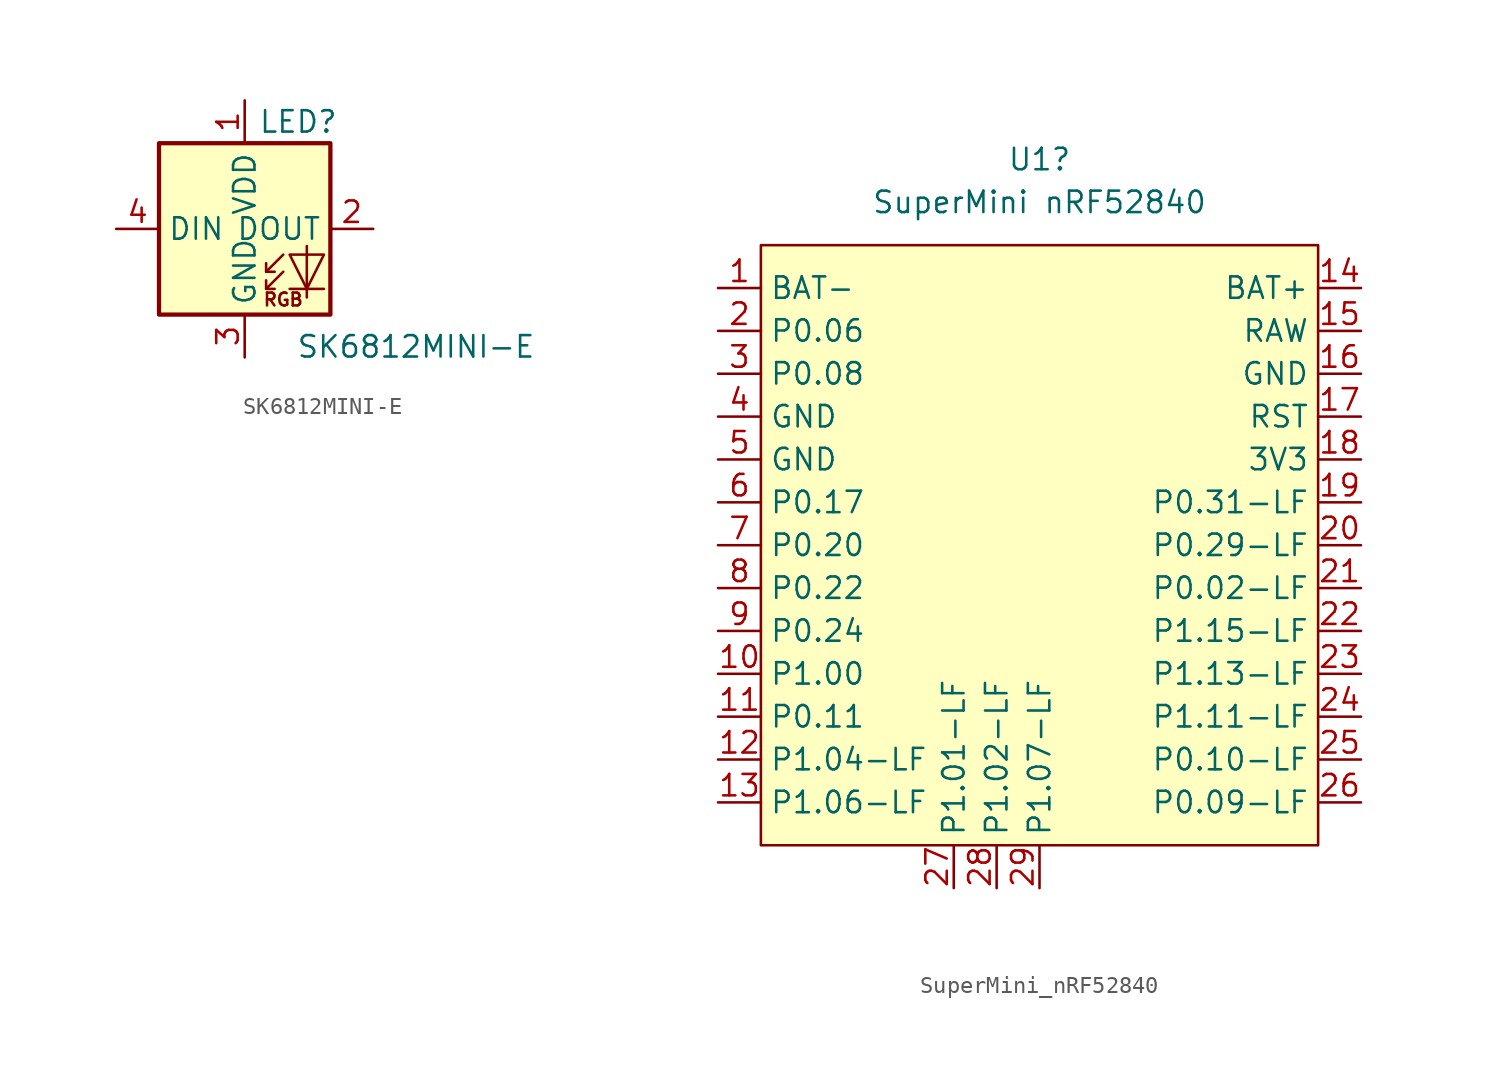
<source format=kicad_sym>
(kicad_symbol_lib
  (version 20231120)
  (generator "kicad_symbol_editor")
  (generator_version "8.0")
  (symbol "SK6812MINI-E"
    (property "Reference" "LED"
      (at 3.175 6.35 0)
      (effects (font (size 1.27 1.27))))
    (property "Value" "SK6812MINI-E"
      (at 10.16 -6.985 0)
      (effects (font (size 1.27 1.27))))
    (symbol "SK6812MINI-E_0_0"
      (text "RGB" (at 2.286 -4.191 0) (effects (font (size 0.762 0.762)))))
    (symbol "SK6812MINI-E_0_1"
      (rectangle (start -5.08 5.08) (end 5.08 -5.08) (stroke (width 0.254) (type default)) (fill (type background)))
      (polyline (pts (xy 1.27 -3.556) (xy 1.778 -3.556)) (stroke (width 0) (type default)) (fill (type none)))
      (polyline (pts (xy 1.27 -2.54) (xy 1.778 -2.54)) (stroke (width 0) (type default)) (fill (type none)))
      (polyline (pts (xy 4.699 -3.556) (xy 2.667 -3.556)) (stroke (width 0) (type default)) (fill (type none)))
      (polyline (pts (xy 2.286 -2.54) (xy 1.27 -3.556) (xy 1.27 -3.048)) (stroke (width 0) (type default)) (fill (type none)))
      (polyline (pts (xy 2.286 -1.524) (xy 1.27 -2.54) (xy 1.27 -2.032)) (stroke (width 0) (type default)) (fill (type none)))
      (polyline (pts (xy 3.683 -1.016) (xy 3.683 -3.556) (xy 3.683 -4.064)) (stroke (width 0) (type default)) (fill (type none)))
      (polyline (pts (xy 4.699 -1.524) (xy 2.667 -1.524) (xy 3.683 -3.556) (xy 4.699 -1.524)) (stroke (width 0) (type default)) (fill (type none))))
    (symbol "SK6812MINI-E_1_1"
      (pin power_in line (at 0 7.62 270) (length 2.54) (name "VDD" (effects (font (size 1.27 1.27)))) (number "1" (effects (font (size 1.27 1.27)))))
      (pin output line (at 7.62 0 180) (length 2.54) (name "DOUT" (effects (font (size 1.27 1.27)))) (number "2" (effects (font (size 1.27 1.27)))))
      (pin power_in line (at 0 -7.62 90) (length 2.54) (name "GND" (effects (font (size 1.27 1.27)))) (number "3" (effects (font (size 1.27 1.27)))))
      (pin input line (at -7.62 0 0) (length 2.54) (name "DIN" (effects (font (size 1.27 1.27)))) (number "4" (effects (font (size 1.27 1.27)))))))
  (symbol "SuperMini_nRF52840"
    (property "Reference" "U1"
      (at 0 24.13 0)
      (effects (font (size 1.27 1.27))))
    (property "Value" "SuperMini nRF52840"
      (at 0 21.59 0)
      (effects (font (size 1.27 1.27))))
    (symbol "SuperMini_nRF52840_1_0"
      (pin power_out line (at -19.05 16.51 0) (length 2.54) (name "BAT-" (effects (font (size 1.27 1.27)))) (number "1" (effects (font (size 1.27 1.27)))))
      (pin bidirectional line (at -19.05 -6.35 0) (length 2.54) (name "P1.00" (effects (font (size 1.27 1.27)))) (number "10" (effects (font (size 1.27 1.27)))))
      (pin bidirectional line (at -19.05 -8.89 0) (length 2.54) (name "P0.11" (effects (font (size 1.27 1.27)))) (number "11" (effects (font (size 1.27 1.27)))))
      (pin bidirectional line (at -19.05 -11.43 0) (length 2.54) (name "P1.04-LF" (effects (font (size 1.27 1.27)))) (number "12" (effects (font (size 1.27 1.27)))))
      (pin bidirectional line (at -19.05 -13.97 0) (length 2.54) (name "P1.06-LF" (effects (font (size 1.27 1.27)))) (number "13" (effects (font (size 1.27 1.27)))))
      (pin power_out line (at 19.05 16.51 180) (length 2.54) (name "BAT+" (effects (font (size 1.27 1.27)))) (number "14" (effects (font (size 1.27 1.27)))))
      (pin power_out line (at 19.05 13.97 180) (length 2.54) (name "RAW" (effects (font (size 1.27 1.27)))) (number "15" (effects (font (size 1.27 1.27)))))
      (pin power_out line (at 19.05 11.43 180) (length 2.54) (name "GND" (effects (font (size 1.27 1.27)))) (number "16" (effects (font (size 1.27 1.27)))))
      (pin bidirectional line (at 19.05 8.89 180) (length 2.54) (name "RST" (effects (font (size 1.27 1.27)))) (number "17" (effects (font (size 1.27 1.27)))))
      (pin power_out line (at 19.05 6.35 180) (length 2.54) (name "3V3" (effects (font (size 1.27 1.27)))) (number "18" (effects (font (size 1.27 1.27)))))
      (pin bidirectional line (at 19.05 3.81 180) (length 2.54) (name "P0.31-LF" (effects (font (size 1.27 1.27)))) (number "19" (effects (font (size 1.27 1.27)))))
      (pin bidirectional line (at -19.05 13.97 0) (length 2.54) (name "P0.06" (effects (font (size 1.27 1.27)))) (number "2" (effects (font (size 1.27 1.27)))))
      (pin bidirectional line (at 19.05 1.27 180) (length 2.54) (name "P0.29-LF" (effects (font (size 1.27 1.27)))) (number "20" (effects (font (size 1.27 1.27)))))
      (pin bidirectional line (at 19.05 -1.27 180) (length 2.54) (name "P0.02-LF" (effects (font (size 1.27 1.27)))) (number "21" (effects (font (size 1.27 1.27)))))
      (pin bidirectional line (at 19.05 -3.81 180) (length 2.54) (name "P1.15-LF" (effects (font (size 1.27 1.27)))) (number "22" (effects (font (size 1.27 1.27)))))
      (pin bidirectional line (at 19.05 -6.35 180) (length 2.54) (name "P1.13-LF" (effects (font (size 1.27 1.27)))) (number "23" (effects (font (size 1.27 1.27)))))
      (pin bidirectional line (at 19.05 -8.89 180) (length 2.54) (name "P1.11-LF" (effects (font (size 1.27 1.27)))) (number "24" (effects (font (size 1.27 1.27)))))
      (pin bidirectional line (at 19.05 -11.43 180) (length 2.54) (name "P0.10-LF" (effects (font (size 1.27 1.27)))) (number "25" (effects (font (size 1.27 1.27)))))
      (pin bidirectional line (at 19.05 -13.97 180) (length 2.54) (name "P0.09-LF" (effects (font (size 1.27 1.27)))) (number "26" (effects (font (size 1.27 1.27)))))
      (pin bidirectional line (at -5.08 -19.05 90) (length 2.54) (name "P1.01-LF" (effects (font (size 1.27 1.27)))) (number "27" (effects (font (size 1.27 1.27)))))
      (pin bidirectional line (at -2.54 -19.05 90) (length 2.54) (name "P1.02-LF" (effects (font (size 1.27 1.27)))) (number "28" (effects (font (size 1.27 1.27)))))
      (pin bidirectional line (at 0 -19.05 90) (length 2.54) (name "P1.07-LF" (effects (font (size 1.27 1.27)))) (number "29" (effects (font (size 1.27 1.27)))))
      (pin bidirectional line (at -19.05 11.43 0) (length 2.54) (name "P0.08" (effects (font (size 1.27 1.27)))) (number "3" (effects (font (size 1.27 1.27)))))
      (pin power_out line (at -19.05 8.89 0) (length 2.54) (name "GND" (effects (font (size 1.27 1.27)))) (number "4" (effects (font (size 1.27 1.27)))))
      (pin power_out line (at -19.05 6.35 0) (length 2.54) (name "GND" (effects (font (size 1.27 1.27)))) (number "5" (effects (font (size 1.27 1.27)))))
      (pin bidirectional line (at -19.05 3.81 0) (length 2.54) (name "P0.17" (effects (font (size 1.27 1.27)))) (number "6" (effects (font (size 1.27 1.27)))))
      (pin bidirectional line (at -19.05 1.27 0) (length 2.54) (name "P0.20" (effects (font (size 1.27 1.27)))) (number "7" (effects (font (size 1.27 1.27)))))
      (pin bidirectional line (at -19.05 -1.27 0) (length 2.54) (name "P0.22" (effects (font (size 1.27 1.27)))) (number "8" (effects (font (size 1.27 1.27)))))
      (pin bidirectional line (at -19.05 -3.81 0) (length 2.54) (name "P0.24" (effects (font (size 1.27 1.27)))) (number "9" (effects (font (size 1.27 1.27))))))
    (symbol "SuperMini_nRF52840_1_1"
      (rectangle (start -16.51 19.05) (end 16.51 -16.51) (stroke (width 0) (type default)) (fill (type background))))))
</source>
